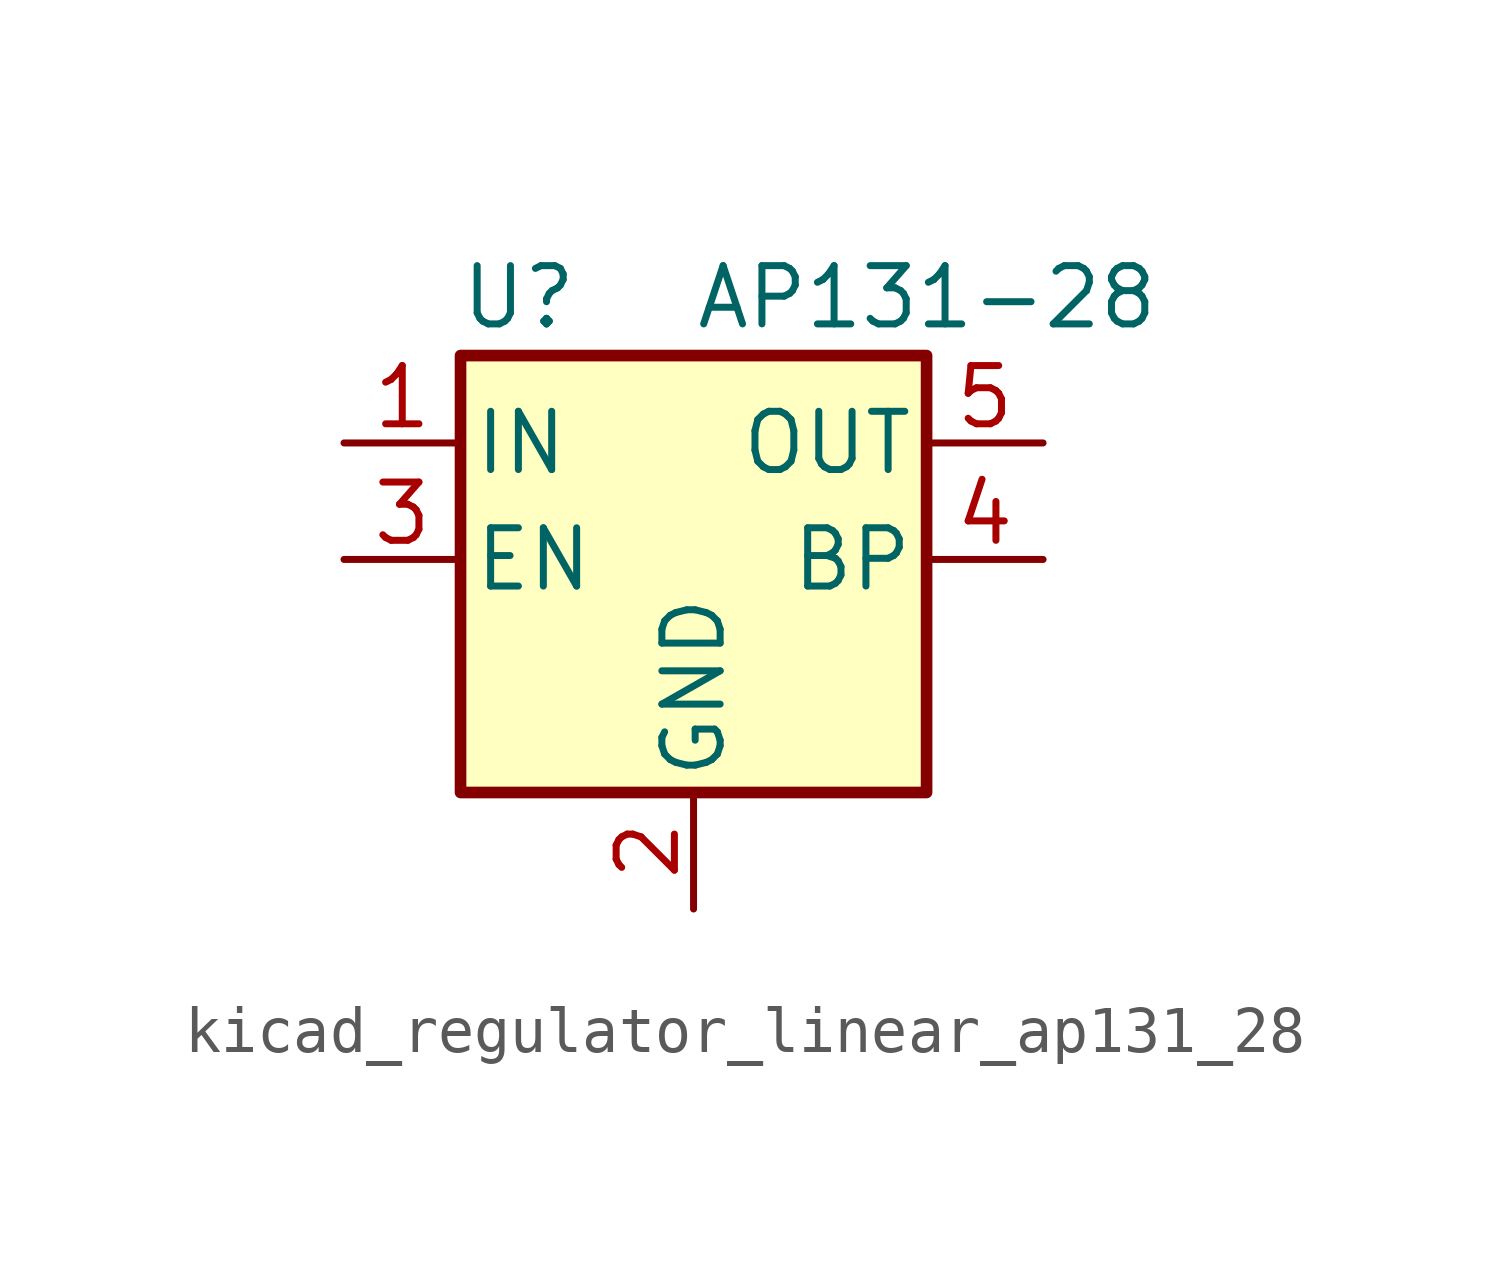
<source format=kicad_sym>
(kicad_symbol_lib
  (version 20220914)
  (generator kicad_symbol_editor)
  (symbol "kicad_regulator_linear_ap131_28"
    (pin_names
      (offset 0.254))
    (property "Reference" "U"
      (at -3.81 5.715 0)
      (effects (font (size 1.27 1.27))))
    (property "Value" "AP131-28"
      (at 0 5.715 0)
      (effects (font (size 1.27 1.27)) (justify left)))
    (symbol "kicad_regulator_linear_ap131_28_0_1"
      (rectangle (start -5.08 4.445) (end 5.08 -5.08) (stroke (width 0.254) (type default)) (fill (type background))))
    (symbol "kicad_regulator_linear_ap131_28_1_1"
      (pin power_in line (at -7.62 2.54 0) (length 2.54) (name "IN" (effects (font (size 1.27 1.27)))) (number "1" (effects (font (size 1.27 1.27)))))
      (pin power_in line (at 0 -7.62 90) (length 2.54) (name "GND" (effects (font (size 1.27 1.27)))) (number "2" (effects (font (size 1.27 1.27)))))
      (pin input line (at -7.62 0 0) (length 2.54) (name "EN" (effects (font (size 1.27 1.27)))) (number "3" (effects (font (size 1.27 1.27)))))
      (pin input line (at 7.62 0 180) (length 2.54) (name "BP" (effects (font (size 1.27 1.27)))) (number "4" (effects (font (size 1.27 1.27)))))
      (pin power_out line (at 7.62 2.54 180) (length 2.54) (name "OUT" (effects (font (size 1.27 1.27)))) (number "5" (effects (font (size 1.27 1.27))))))))
</source>
